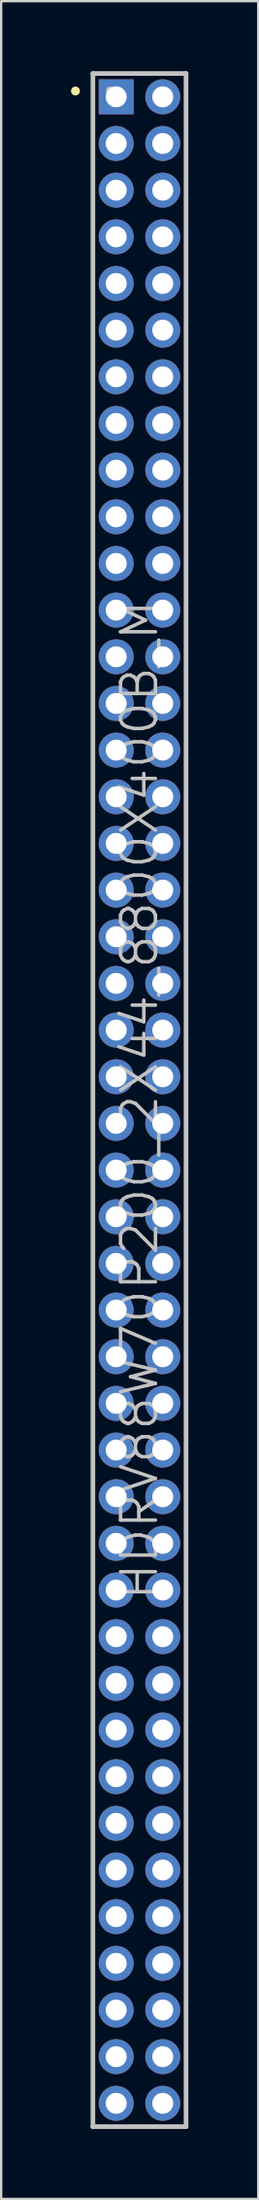
<source format=kicad_pcb>
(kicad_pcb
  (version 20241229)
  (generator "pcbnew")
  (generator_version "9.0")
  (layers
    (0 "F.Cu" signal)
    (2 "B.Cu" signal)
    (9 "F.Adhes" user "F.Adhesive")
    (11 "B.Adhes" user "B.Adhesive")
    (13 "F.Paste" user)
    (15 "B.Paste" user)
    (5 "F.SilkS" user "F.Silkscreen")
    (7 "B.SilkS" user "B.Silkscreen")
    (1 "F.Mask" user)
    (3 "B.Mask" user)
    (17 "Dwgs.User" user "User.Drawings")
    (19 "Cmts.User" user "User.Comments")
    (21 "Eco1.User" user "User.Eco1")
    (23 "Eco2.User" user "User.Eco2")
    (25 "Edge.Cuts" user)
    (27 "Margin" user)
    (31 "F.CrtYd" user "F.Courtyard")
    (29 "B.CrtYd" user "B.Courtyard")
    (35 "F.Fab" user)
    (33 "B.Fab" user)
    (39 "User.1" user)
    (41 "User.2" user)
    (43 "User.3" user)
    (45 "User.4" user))
  (footprint "HDRV88W70P200_2X44_8800X400B_M"
    (layer "F.Cu")
    (at 2.941 44.1)
    (property "Reference" "HDRV88W70P200_2X44_8800X400B_M" (at 0 0 90) (layer "Dwgs.User") (effects (font (size 1.5 1.5) (thickness 0.15))))
    (attr through_hole)
    (fp_line (start -2.75 -43.25) (end -2.75 -43.25) (stroke (width 0.381) (type solid)) (layer "F.SilkS"))
    (fp_line (start -2 -44) (end -2 44) (stroke (width 0.2) (type solid)) (layer "Dwgs.User"))
    (fp_line (start -2 -44) (end 2 -44) (stroke (width 0.2) (type solid)) (layer "Dwgs.User"))
    (fp_line (start -2 44) (end 2 44) (stroke (width 0.2) (type solid)) (layer "Dwgs.User"))
    (fp_line (start -1.25 -43.25) (end -1.25 -43.25) (stroke (width 0.381) (type solid)) (layer "Dwgs.User"))
    (fp_line (start 2 -44) (end 2 44) (stroke (width 0.2) (type solid)) (layer "Dwgs.User"))
    (pad "1" thru_hole rect (at -1 -43) (size 1.5 1.5) (drill 0.9) (layers "*.Cu" "*.Mask"))
    (pad "2" thru_hole circle (at 1 -43 270) (size 1.5 1.5) (drill 0.9) (layers "*.Cu" "*.Mask"))
    (pad "3" thru_hole circle (at -1 -41 270) (size 1.5 1.5) (drill 0.9) (layers "*.Cu" "*.Mask"))
    (pad "4" thru_hole circle (at 1 -41 270) (size 1.5 1.5) (drill 0.9) (layers "*.Cu" "*.Mask"))
    (pad "5" thru_hole circle (at -1 -39 270) (size 1.5 1.5) (drill 0.9) (layers "*.Cu" "*.Mask"))
    (pad "6" thru_hole circle (at 1 -39 270) (size 1.5 1.5) (drill 0.9) (layers "*.Cu" "*.Mask"))
    (pad "7" thru_hole circle (at -1 -37 270) (size 1.5 1.5) (drill 0.9) (layers "*.Cu" "*.Mask"))
    (pad "8" thru_hole circle (at 1 -37 270) (size 1.5 1.5) (drill 0.9) (layers "*.Cu" "*.Mask"))
    (pad "9" thru_hole circle (at -1 -35 270) (size 1.5 1.5) (drill 0.9) (layers "*.Cu" "*.Mask"))
    (pad "10" thru_hole circle (at 1 -35 270) (size 1.5 1.5) (drill 0.9) (layers "*.Cu" "*.Mask"))
    (pad "11" thru_hole circle (at -1 -33 270) (size 1.5 1.5) (drill 0.9) (layers "*.Cu" "*.Mask"))
    (pad "12" thru_hole circle (at 1 -33 270) (size 1.5 1.5) (drill 0.9) (layers "*.Cu" "*.Mask"))
    (pad "13" thru_hole circle (at -1 -31 270) (size 1.5 1.5) (drill 0.9) (layers "*.Cu" "*.Mask"))
    (pad "14" thru_hole circle (at 1 -31 270) (size 1.5 1.5) (drill 0.9) (layers "*.Cu" "*.Mask"))
    (pad "15" thru_hole circle (at -1 -29 270) (size 1.5 1.5) (drill 0.9) (layers "*.Cu" "*.Mask"))
    (pad "16" thru_hole circle (at 1 -29 270) (size 1.5 1.5) (drill 0.9) (layers "*.Cu" "*.Mask"))
    (pad "17" thru_hole circle (at -1 -27 270) (size 1.5 1.5) (drill 0.9) (layers "*.Cu" "*.Mask"))
    (pad "18" thru_hole circle (at 1 -27 270) (size 1.5 1.5) (drill 0.9) (layers "*.Cu" "*.Mask"))
    (pad "19" thru_hole circle (at -1 -25 270) (size 1.5 1.5) (drill 0.9) (layers "*.Cu" "*.Mask"))
    (pad "20" thru_hole circle (at 1 -25 270) (size 1.5 1.5) (drill 0.9) (layers "*.Cu" "*.Mask"))
    (pad "21" thru_hole circle (at -1 -23 270) (size 1.5 1.5) (drill 0.9) (layers "*.Cu" "*.Mask"))
    (pad "22" thru_hole circle (at 1 -23 270) (size 1.5 1.5) (drill 0.9) (layers "*.Cu" "*.Mask"))
    (pad "23" thru_hole circle (at -1 -21 270) (size 1.5 1.5) (drill 0.9) (layers "*.Cu" "*.Mask"))
    (pad "24" thru_hole circle (at 1 -21 270) (size 1.5 1.5) (drill 0.9) (layers "*.Cu" "*.Mask"))
    (pad "25" thru_hole circle (at -1 -19 270) (size 1.5 1.5) (drill 0.9) (layers "*.Cu" "*.Mask"))
    (pad "26" thru_hole circle (at 1 -19 270) (size 1.5 1.5) (drill 0.9) (layers "*.Cu" "*.Mask"))
    (pad "27" thru_hole circle (at -1 -17 270) (size 1.5 1.5) (drill 0.9) (layers "*.Cu" "*.Mask"))
    (pad "28" thru_hole circle (at 1 -17 270) (size 1.5 1.5) (drill 0.9) (layers "*.Cu" "*.Mask"))
    (pad "29" thru_hole circle (at -1 -15 270) (size 1.5 1.5) (drill 0.9) (layers "*.Cu" "*.Mask"))
    (pad "30" thru_hole circle (at 1 -15 270) (size 1.5 1.5) (drill 0.9) (layers "*.Cu" "*.Mask"))
    (pad "31" thru_hole circle (at -1 -13 270) (size 1.5 1.5) (drill 0.9) (layers "*.Cu" "*.Mask"))
    (pad "32" thru_hole circle (at 1 -13 270) (size 1.5 1.5) (drill 0.9) (layers "*.Cu" "*.Mask"))
    (pad "33" thru_hole circle (at -1 -11 270) (size 1.5 1.5) (drill 0.9) (layers "*.Cu" "*.Mask"))
    (pad "34" thru_hole circle (at 1 -11 270) (size 1.5 1.5) (drill 0.9) (layers "*.Cu" "*.Mask"))
    (pad "35" thru_hole circle (at -1 -9 270) (size 1.5 1.5) (drill 0.9) (layers "*.Cu" "*.Mask"))
    (pad "36" thru_hole circle (at 1 -9 270) (size 1.5 1.5) (drill 0.9) (layers "*.Cu" "*.Mask"))
    (pad "37" thru_hole circle (at -1 -7 270) (size 1.5 1.5) (drill 0.9) (layers "*.Cu" "*.Mask"))
    (pad "38" thru_hole circle (at 1 -7 270) (size 1.5 1.5) (drill 0.9) (layers "*.Cu" "*.Mask"))
    (pad "39" thru_hole circle (at -1 -5 270) (size 1.5 1.5) (drill 0.9) (layers "*.Cu" "*.Mask"))
    (pad "40" thru_hole circle (at 1 -5 270) (size 1.5 1.5) (drill 0.9) (layers "*.Cu" "*.Mask"))
    (pad "41" thru_hole circle (at -1 -3 270) (size 1.5 1.5) (drill 0.9) (layers "*.Cu" "*.Mask"))
    (pad "42" thru_hole circle (at 1 -3 270) (size 1.5 1.5) (drill 0.9) (layers "*.Cu" "*.Mask"))
    (pad "43" thru_hole circle (at -1 -1 270) (size 1.5 1.5) (drill 0.9) (layers "*.Cu" "*.Mask"))
    (pad "44" thru_hole circle (at 1 -1 270) (size 1.5 1.5) (drill 0.9) (layers "*.Cu" "*.Mask"))
    (pad "45" thru_hole circle (at -1 1 270) (size 1.5 1.5) (drill 0.9) (layers "*.Cu" "*.Mask"))
    (pad "46" thru_hole circle (at 1 1 270) (size 1.5 1.5) (drill 0.9) (layers "*.Cu" "*.Mask"))
    (pad "47" thru_hole circle (at -1 3 270) (size 1.5 1.5) (drill 0.9) (layers "*.Cu" "*.Mask"))
    (pad "48" thru_hole circle (at 1 3 270) (size 1.5 1.5) (drill 0.9) (layers "*.Cu" "*.Mask"))
    (pad "49" thru_hole circle (at -1 5 270) (size 1.5 1.5) (drill 0.9) (layers "*.Cu" "*.Mask"))
    (pad "50" thru_hole circle (at 1 5 270) (size 1.5 1.5) (drill 0.9) (layers "*.Cu" "*.Mask"))
    (pad "51" thru_hole circle (at -1 7 270) (size 1.5 1.5) (drill 0.9) (layers "*.Cu" "*.Mask"))
    (pad "52" thru_hole circle (at 1 7 270) (size 1.5 1.5) (drill 0.9) (layers "*.Cu" "*.Mask"))
    (pad "53" thru_hole circle (at -1 9 270) (size 1.5 1.5) (drill 0.9) (layers "*.Cu" "*.Mask"))
    (pad "54" thru_hole circle (at 1 9 270) (size 1.5 1.5) (drill 0.9) (layers "*.Cu" "*.Mask"))
    (pad "55" thru_hole circle (at -1 11 270) (size 1.5 1.5) (drill 0.9) (layers "*.Cu" "*.Mask"))
    (pad "56" thru_hole circle (at 1 11 270) (size 1.5 1.5) (drill 0.9) (layers "*.Cu" "*.Mask"))
    (pad "57" thru_hole circle (at -1 13 270) (size 1.5 1.5) (drill 0.9) (layers "*.Cu" "*.Mask"))
    (pad "58" thru_hole circle (at 1 13 270) (size 1.5 1.5) (drill 0.9) (layers "*.Cu" "*.Mask"))
    (pad "59" thru_hole circle (at -1 15 270) (size 1.5 1.5) (drill 0.9) (layers "*.Cu" "*.Mask"))
    (pad "60" thru_hole circle (at 1 15 270) (size 1.5 1.5) (drill 0.9) (layers "*.Cu" "*.Mask"))
    (pad "61" thru_hole circle (at -1 17 270) (size 1.5 1.5) (drill 0.9) (layers "*.Cu" "*.Mask"))
    (pad "62" thru_hole circle (at 1 17 270) (size 1.5 1.5) (drill 0.9) (layers "*.Cu" "*.Mask"))
    (pad "63" thru_hole circle (at -1 19 270) (size 1.5 1.5) (drill 0.9) (layers "*.Cu" "*.Mask"))
    (pad "64" thru_hole circle (at 1 19 270) (size 1.5 1.5) (drill 0.9) (layers "*.Cu" "*.Mask"))
    (pad "65" thru_hole circle (at -1 21 270) (size 1.5 1.5) (drill 0.9) (layers "*.Cu" "*.Mask"))
    (pad "66" thru_hole circle (at 1 21 270) (size 1.5 1.5) (drill 0.9) (layers "*.Cu" "*.Mask"))
    (pad "67" thru_hole circle (at -1 23 270) (size 1.5 1.5) (drill 0.9) (layers "*.Cu" "*.Mask"))
    (pad "68" thru_hole circle (at 1 23 270) (size 1.5 1.5) (drill 0.9) (layers "*.Cu" "*.Mask"))
    (pad "69" thru_hole circle (at -1 25 270) (size 1.5 1.5) (drill 0.9) (layers "*.Cu" "*.Mask"))
    (pad "70" thru_hole circle (at 1 25 270) (size 1.5 1.5) (drill 0.9) (layers "*.Cu" "*.Mask"))
    (pad "71" thru_hole circle (at -1 27 270) (size 1.5 1.5) (drill 0.9) (layers "*.Cu" "*.Mask"))
    (pad "72" thru_hole circle (at 1 27 270) (size 1.5 1.5) (drill 0.9) (layers "*.Cu" "*.Mask"))
    (pad "73" thru_hole circle (at -1 29 270) (size 1.5 1.5) (drill 0.9) (layers "*.Cu" "*.Mask"))
    (pad "74" thru_hole circle (at 1 29 270) (size 1.5 1.5) (drill 0.9) (layers "*.Cu" "*.Mask"))
    (pad "75" thru_hole circle (at -1 31 270) (size 1.5 1.5) (drill 0.9) (layers "*.Cu" "*.Mask"))
    (pad "76" thru_hole circle (at 1 31 270) (size 1.5 1.5) (drill 0.9) (layers "*.Cu" "*.Mask"))
    (pad "77" thru_hole circle (at -1 33 270) (size 1.5 1.5) (drill 0.9) (layers "*.Cu" "*.Mask"))
    (pad "78" thru_hole circle (at 1 33 270) (size 1.5 1.5) (drill 0.9) (layers "*.Cu" "*.Mask"))
    (pad "79" thru_hole circle (at -1 35 270) (size 1.5 1.5) (drill 0.9) (layers "*.Cu" "*.Mask"))
    (pad "80" thru_hole circle (at 1 35 270) (size 1.5 1.5) (drill 0.9) (layers "*.Cu" "*.Mask"))
    (pad "81" thru_hole circle (at -1 37 270) (size 1.5 1.5) (drill 0.9) (layers "*.Cu" "*.Mask"))
    (pad "82" thru_hole circle (at 1 37 270) (size 1.5 1.5) (drill 0.9) (layers "*.Cu" "*.Mask"))
    (pad "83" thru_hole circle (at -1 39 270) (size 1.5 1.5) (drill 0.9) (layers "*.Cu" "*.Mask"))
    (pad "84" thru_hole circle (at 1 39 270) (size 1.5 1.5) (drill 0.9) (layers "*.Cu" "*.Mask"))
    (pad "85" thru_hole circle (at -1 41 270) (size 1.5 1.5) (drill 0.9) (layers "*.Cu" "*.Mask"))
    (pad "86" thru_hole circle (at 1 41 270) (size 1.5 1.5) (drill 0.9) (layers "*.Cu" "*.Mask"))
    (pad "87" thru_hole circle (at -1 43 270) (size 1.5 1.5) (drill 0.9) (layers "*.Cu" "*.Mask"))
    (pad "88" thru_hole circle (at 1 43 270) (size 1.5 1.5) (drill 0.9) (layers "*.Cu" "*.Mask")))
  (gr_rect
    (start -3 -3)
    (end 8.04 91.2)
    (stroke (width 0.1) (type default))
    (fill no)
    (layer "Edge.Cuts")))
</source>
